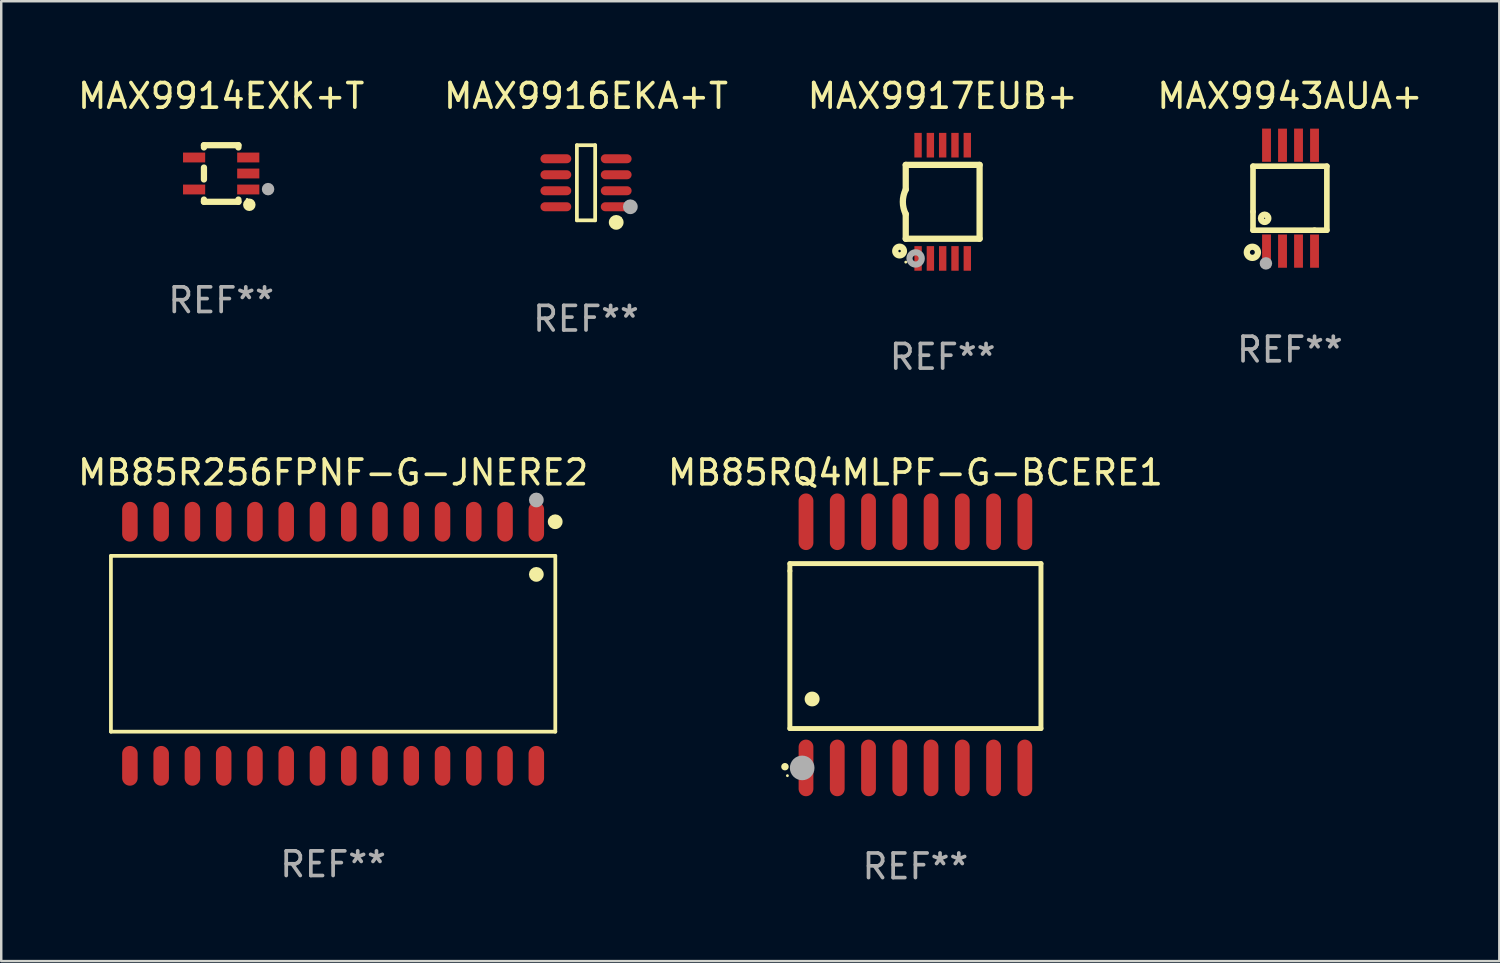
<source format=kicad_pcb>
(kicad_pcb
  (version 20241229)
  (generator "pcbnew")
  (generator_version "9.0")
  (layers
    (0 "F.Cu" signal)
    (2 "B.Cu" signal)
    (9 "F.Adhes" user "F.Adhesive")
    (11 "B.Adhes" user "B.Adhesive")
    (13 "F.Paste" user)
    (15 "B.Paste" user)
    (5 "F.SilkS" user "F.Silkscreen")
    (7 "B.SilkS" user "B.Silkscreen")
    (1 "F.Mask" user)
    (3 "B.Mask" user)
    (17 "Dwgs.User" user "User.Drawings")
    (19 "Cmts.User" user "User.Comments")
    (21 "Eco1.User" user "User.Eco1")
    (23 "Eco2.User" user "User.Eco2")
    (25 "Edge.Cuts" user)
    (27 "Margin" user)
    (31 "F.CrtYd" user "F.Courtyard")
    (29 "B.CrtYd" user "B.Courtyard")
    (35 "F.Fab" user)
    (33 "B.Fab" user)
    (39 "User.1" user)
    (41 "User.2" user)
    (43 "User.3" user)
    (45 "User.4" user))
  (footprint "MAX9914EXK+T"
    (layer "F.Cu")
    (at 5.935 3.998)
    (property "Reference" "MAX9914EXK+T" (at 0 -3.15 0) (layer "F.SilkS") (effects (font (size 1 1) (thickness 0.15))))
    (attr through_hole)
    (fp_line (start -0.7 -1.15) (end 0.7 -1.15) (stroke (width 0.254) (type solid)) (layer "F.SilkS"))
    (fp_line (start -0.7 -1.058) (end -0.7 -1.15) (stroke (width 0.254) (type solid)) (layer "F.SilkS"))
    (fp_line (start -0.7 0.242) (end -0.7 -0.242) (stroke (width 0.254) (type solid)) (layer "F.SilkS"))
    (fp_line (start -0.7 1.15) (end -0.7 1.058) (stroke (width 0.254) (type solid)) (layer "F.SilkS"))
    (fp_line (start -0.7 1.15) (end 0.7 1.15) (stroke (width 0.254) (type solid)) (layer "F.SilkS"))
    (fp_line (start 0.7 -1.058) (end 0.7 -1.15) (stroke (width 0.254) (type solid)) (layer "F.SilkS"))
    (fp_line (start 0.7 1.15) (end 0.7 1.058) (stroke (width 0.254) (type solid)) (layer "F.SilkS"))
    (fp_circle (center 1.053 1.052) (end 1.083 1.052) (stroke (width 0.06) (type solid)) (fill no) (layer "F.SilkS"))
    (fp_circle (center 1.143 1.27) (end 1.27 1.27) (stroke (width 0.254) (type solid)) (fill no) (layer "F.SilkS"))
    (fp_circle (center 1.905 0.635) (end 2.032 0.635) (stroke (width 0.254) (type solid)) (fill no) (layer "F.Fab"))
    (fp_text user "REF**" (at 0 5.15 0) (layer "F.Fab") (effects (font (size 1 1) (thickness 0.15))))
    (pad "1" smd rect (at 1.1 0.65 90) (size 0.4 0.9) (layers "F.Cu" "F.Mask" "F.Paste"))
    (pad "2" smd rect (at 1.1 0.000025 90) (size 0.4 0.9) (layers "F.Cu" "F.Mask" "F.Paste"))
    (pad "3" smd rect (at 1.1 -0.65 90) (size 0.4 0.9) (layers "F.Cu" "F.Mask" "F.Paste"))
    (pad "4" smd rect (at -1.1 -0.65 90) (size 0.4 0.9) (layers "F.Cu" "F.Mask" "F.Paste"))
    (pad "5" smd rect (at -1.1 0.65 90) (size 0.4 0.9) (layers "F.Cu" "F.Mask" "F.Paste")))
  (footprint "MB85R256FPNF-G-JNERE2"
    (layer "F.Cu")
    (at 10.482 23.102)
    (property "Reference" "MB85R256FPNF-G-JNERE2" (at 0 -6.958 0) (layer "F.SilkS") (effects (font (size 1 1) (thickness 0.15))))
    (attr through_hole)
    (fp_line (start -9.026 -3.571) (end 9.026 -3.571) (stroke (width 0.152) (type solid)) (layer "F.SilkS"))
    (fp_line (start -9.026 3.571) (end -9.026 -3.571) (stroke (width 0.152) (type solid)) (layer "F.SilkS"))
    (fp_line (start 9.026 -3.571) (end 9.026 3.571) (stroke (width 0.152) (type solid)) (layer "F.SilkS"))
    (fp_line (start 9.026 3.571) (end -9.026 3.571) (stroke (width 0.152) (type solid)) (layer "F.SilkS"))
    (fp_circle (center 8.255 -2.819) (end 8.405 -2.819) (stroke (width 0.3) (type solid)) (fill no) (layer "F.SilkS"))
    (fp_circle (center 8.95 -5.15) (end 8.98 -5.15) (stroke (width 0.06) (type solid)) (fill no) (layer "F.SilkS"))
    (fp_circle (center 9.022 -4.958) (end 9.172 -4.958) (stroke (width 0.3) (type solid)) (fill no) (layer "F.SilkS"))
    (fp_circle (center 8.255 -5.842) (end 8.405 -5.842) (stroke (width 0.3) (type solid)) (fill no) (layer "F.Fab"))
    (fp_text user "REF**" (at 0 8.958 0) (layer "F.Fab") (effects (font (size 1 1) (thickness 0.15))))
    (pad "1" smd oval (at 8.255 -4.958) (size 0.63 1.615) (layers "F.Cu" "F.Mask" "F.Paste"))
    (pad "2" smd oval (at 6.985 -4.958) (size 0.63 1.615) (layers "F.Cu" "F.Mask" "F.Paste"))
    (pad "3" smd oval (at 5.715 -4.958) (size 0.63 1.615) (layers "F.Cu" "F.Mask" "F.Paste"))
    (pad "4" smd oval (at 4.445 -4.958) (size 0.63 1.615) (layers "F.Cu" "F.Mask" "F.Paste"))
    (pad "5" smd oval (at 3.175 -4.958) (size 0.63 1.615) (layers "F.Cu" "F.Mask" "F.Paste"))
    (pad "6" smd oval (at 1.905 -4.958) (size 0.63 1.615) (layers "F.Cu" "F.Mask" "F.Paste"))
    (pad "7" smd oval (at 0.635 -4.958) (size 0.63 1.615) (layers "F.Cu" "F.Mask" "F.Paste"))
    (pad "8" smd oval (at -0.635 -4.958) (size 0.63 1.615) (layers "F.Cu" "F.Mask" "F.Paste"))
    (pad "9" smd oval (at -1.905 -4.958) (size 0.63 1.615) (layers "F.Cu" "F.Mask" "F.Paste"))
    (pad "10" smd oval (at -3.175 -4.958) (size 0.63 1.615) (layers "F.Cu" "F.Mask" "F.Paste"))
    (pad "11" smd oval (at -4.445 -4.958) (size 0.63 1.615) (layers "F.Cu" "F.Mask" "F.Paste"))
    (pad "12" smd oval (at -5.715 -4.958) (size 0.63 1.615) (layers "F.Cu" "F.Mask" "F.Paste"))
    (pad "13" smd oval (at -6.985 -4.958) (size 0.63 1.615) (layers "F.Cu" "F.Mask" "F.Paste"))
    (pad "14" smd oval (at -8.255 -4.958) (size 0.63 1.615) (layers "F.Cu" "F.Mask" "F.Paste"))
    (pad "15" smd oval (at -8.255 4.958) (size 0.63 1.615) (layers "F.Cu" "F.Mask" "F.Paste"))
    (pad "16" smd oval (at -6.985 4.958) (size 0.63 1.615) (layers "F.Cu" "F.Mask" "F.Paste"))
    (pad "17" smd oval (at -5.715 4.958) (size 0.63 1.615) (layers "F.Cu" "F.Mask" "F.Paste"))
    (pad "18" smd oval (at -4.445 4.958) (size 0.63 1.615) (layers "F.Cu" "F.Mask" "F.Paste"))
    (pad "19" smd oval (at -3.175 4.958) (size 0.63 1.615) (layers "F.Cu" "F.Mask" "F.Paste"))
    (pad "20" smd oval (at -1.905 4.958) (size 0.63 1.615) (layers "F.Cu" "F.Mask" "F.Paste"))
    (pad "21" smd oval (at -0.635 4.958) (size 0.63 1.615) (layers "F.Cu" "F.Mask" "F.Paste"))
    (pad "22" smd oval (at 0.635 4.958) (size 0.63 1.615) (layers "F.Cu" "F.Mask" "F.Paste"))
    (pad "23" smd oval (at 1.905 4.958) (size 0.63 1.615) (layers "F.Cu" "F.Mask" "F.Paste"))
    (pad "24" smd oval (at 3.175 4.958) (size 0.63 1.615) (layers "F.Cu" "F.Mask" "F.Paste"))
    (pad "25" smd oval (at 4.445 4.958) (size 0.63 1.615) (layers "F.Cu" "F.Mask" "F.Paste"))
    (pad "26" smd oval (at 5.715 4.958) (size 0.63 1.615) (layers "F.Cu" "F.Mask" "F.Paste"))
    (pad "27" smd oval (at 6.985 4.958) (size 0.63 1.615) (layers "F.Cu" "F.Mask" "F.Paste"))
    (pad "28" smd oval (at 8.255 4.958) (size 0.63 1.615) (layers "F.Cu" "F.Mask" "F.Paste")))
  (footprint "MAX9917EUB+"
    (layer "F.Cu")
    (at 35.244 5.148)
    (property "Reference" "MAX9917EUB+" (at 0 -4.3 0) (layer "F.SilkS") (effects (font (size 1 1) (thickness 0.15))))
    (attr through_hole)
    (fp_line (start -1.5 -1.5) (end -1.5 -0.5) (stroke (width 0.254) (type solid)) (layer "F.SilkS"))
    (fp_line (start -1.5 1.5) (end -1.5 0.5) (stroke (width 0.254) (type solid)) (layer "F.SilkS"))
    (fp_line (start -1.5 1.5) (end 1.5 1.5) (stroke (width 0.254) (type solid)) (layer "F.SilkS"))
    (fp_line (start 1.5 1.5) (end 1.5 -1.5) (stroke (width 0.254) (type solid)) (layer "F.SilkS"))
    (fp_line (start 1.5 -1.5) (end -1.5 -1.5) (stroke (width 0.254) (type solid)) (layer "F.SilkS"))
    (fp_arc (start -1.500165 0.5) (mid -1.618199 0) (end -1.500165 -0.5) (stroke (width 0.254001) (type solid)) (layer "F.SilkS"))
    (fp_circle (center -1.75 2) (end -1.573 2) (stroke (width 0.254) (type solid)) (fill no) (layer "F.SilkS"))
    (fp_circle (center -1.499 2.45) (end -1.469 2.45) (stroke (width 0.06) (type solid)) (fill no) (layer "F.SilkS"))
    (fp_circle (center -1.099 2.3) (end -0.975 2.3) (stroke (width 0.25) (type solid)) (fill no) (layer "F.Fab"))
    (fp_text user "REF**" (at 0 6.3 0) (layer "F.Fab") (effects (font (size 1 1) (thickness 0.15))))
    (pad "1" smd rect (at -0.999 2.3 180) (size 0.3 1) (layers "F.Cu" "F.Mask" "F.Paste"))
    (pad "2" smd rect (at -0.499 2.3 180) (size 0.3 1) (layers "F.Cu" "F.Mask" "F.Paste"))
    (pad "3" smd rect (at 0.001 2.3 180) (size 0.3 1) (layers "F.Cu" "F.Mask" "F.Paste"))
    (pad "4" smd rect (at 0.501 2.3 180) (size 0.3 1) (layers "F.Cu" "F.Mask" "F.Paste"))
    (pad "5" smd rect (at 1.001 2.3 180) (size 0.3 1) (layers "F.Cu" "F.Mask" "F.Paste"))
    (pad "6" smd rect (at 1 -2.3 180) (size 0.3 1) (layers "F.Cu" "F.Mask" "F.Paste"))
    (pad "7" smd rect (at 0.5 -2.3 180) (size 0.3 1) (layers "F.Cu" "F.Mask" "F.Paste"))
    (pad "8" smd rect (at -0.000165 -2.3 180) (size 0.3 1) (layers "F.Cu" "F.Mask" "F.Paste"))
    (pad "9" smd rect (at -0.5 -2.3 180) (size 0.3 1) (layers "F.Cu" "F.Mask" "F.Paste"))
    (pad "10" smd rect (at -1 -2.3 180) (size 0.3 1) (layers "F.Cu" "F.Mask" "F.Paste")))
  (footprint "MAX9943AUA+"
    (layer "F.Cu")
    (at 49.351 5)
    (property "Reference" "MAX9943AUA+" (at 0 -4.152 0) (layer "F.SilkS") (effects (font (size 1 1) (thickness 0.15))))
    (attr through_hole)
    (fp_line (start -1.5 1.301) (end 1 1.301) (stroke (width 0.229) (type solid)) (layer "F.SilkS"))
    (fp_line (start -1.5 -1.299) (end -1.5 0.551) (stroke (width 0.229) (type solid)) (layer "F.SilkS"))
    (fp_line (start -1.5 0.551) (end -1.5 1.301) (stroke (width 0.229) (type solid)) (layer "F.SilkS"))
    (fp_line (start 1 1.301) (end 1.5 1.301) (stroke (width 0.229) (type solid)) (layer "F.SilkS"))
    (fp_line (start 1.5 1.301) (end 1.5 -1.299) (stroke (width 0.229) (type solid)) (layer "F.SilkS"))
    (fp_line (start 1.5 -1.299) (end -1.5 -1.299) (stroke (width 0.229) (type solid)) (layer "F.SilkS"))
    (fp_circle (center -1.526 2.2) (end -1.426 2.2) (stroke (width 0.254) (type solid)) (fill no) (layer "F.SilkS"))
    (fp_circle (center -1.476 2.45) (end -1.446 2.45) (stroke (width 0.06) (type solid)) (fill no) (layer "F.SilkS"))
    (fp_circle (center -1.028 0.817) (end -0.878 0.817) (stroke (width 0.254) (type solid)) (fill no) (layer "F.SilkS"))
    (fp_circle (center -0.976 2.65) (end -0.849 2.65) (stroke (width 0.254) (type solid)) (fill no) (layer "F.Fab"))
    (fp_text user "REF**" (at 0 6.152 0) (layer "F.Fab") (effects (font (size 1 1) (thickness 0.15))))
    (pad "1" smd rect (at -0.951 2.15) (size 0.36 1.35) (layers "F.Cu" "F.Mask" "F.Paste"))
    (pad "2" smd rect (at -0.301 2.152) (size 0.36 1.35) (layers "F.Cu" "F.Mask" "F.Paste"))
    (pad "3" smd rect (at 0.349 2.151) (size 0.36 1.35) (layers "F.Cu" "F.Mask" "F.Paste"))
    (pad "4" smd rect (at 0.999 2.152) (size 0.36 1.35) (layers "F.Cu" "F.Mask" "F.Paste"))
    (pad "5" smd rect (at 0.999 -2.149) (size 0.36 1.35) (layers "F.Cu" "F.Mask" "F.Paste"))
    (pad "6" smd rect (at 0.349 -2.152) (size 0.36 1.35) (layers "F.Cu" "F.Mask" "F.Paste"))
    (pad "7" smd rect (at -0.301 -2.149) (size 0.36 1.35) (layers "F.Cu" "F.Mask" "F.Paste"))
    (pad "8" smd rect (at -0.951 -2.152) (size 0.36 1.35) (layers "F.Cu" "F.Mask" "F.Paste")))
  (footprint "MB85RQ4MLPF-G-BCERE1"
    (layer "F.Cu")
    (at 34.137 23.145)
    (property "Reference" "MB85RQ4MLPF-G-BCERE1" (at 0 -7 0) (layer "F.SilkS") (effects (font (size 1 1) (thickness 0.15))))
    (attr through_hole)
    (fp_line (start -5.1 -3.3) (end -5.1 -3) (stroke (width 0.2) (type solid)) (layer "F.SilkS"))
    (fp_line (start -5.1 -3) (end -5.1 3.4) (stroke (width 0.2) (type solid)) (layer "F.SilkS"))
    (fp_line (start -5.1 3.4) (end 5.1 3.4) (stroke (width 0.2) (type solid)) (layer "F.SilkS"))
    (fp_line (start 5.1 -3.3) (end -5.1 -3.3) (stroke (width 0.2) (type solid)) (layer "F.SilkS"))
    (fp_line (start 5.1 3.4) (end 5.1 -3.3) (stroke (width 0.2) (type solid)) (layer "F.SilkS"))
    (fp_arc (start -5.300991 4.950495) (mid -5.299721 4.95049) (end -5.298451 4.950495) (stroke (width 0.3) (type solid)) (layer "F.SilkS"))
    (fp_arc (start -4.2 2.200025) (mid -4.19619 2.200001) (end -4.19238 2.200025) (stroke (width 0.6) (type solid)) (layer "F.SilkS"))
    (fp_circle (center -5.2 5.315) (end -5.17 5.315) (stroke (width 0.06) (type solid)) (fill no) (layer "F.SilkS"))
    (fp_circle (center -4.6 5) (end -4.35 5) (stroke (width 0.5) (type solid)) (fill no) (layer "F.Fab"))
    (fp_text user "REF**" (at 0 9 0) (layer "F.Fab") (effects (font (size 1 1) (thickness 0.15))))
    (pad "1" smd oval (at -4.445 5 180) (size 0.6 2.3) (layers "F.Cu" "F.Mask" "F.Paste"))
    (pad "2" smd oval (at -3.175 5 180) (size 0.6 2.3) (layers "F.Cu" "F.Mask" "F.Paste"))
    (pad "3" smd oval (at -1.905 5 180) (size 0.6 2.3) (layers "F.Cu" "F.Mask" "F.Paste"))
    (pad "4" smd oval (at -0.635 5 180) (size 0.6 2.3) (layers "F.Cu" "F.Mask" "F.Paste"))
    (pad "5" smd oval (at 0.635 5 180) (size 0.6 2.3) (layers "F.Cu" "F.Mask" "F.Paste"))
    (pad "6" smd oval (at 1.905 5 180) (size 0.6 2.3) (layers "F.Cu" "F.Mask" "F.Paste"))
    (pad "7" smd oval (at 3.175 5 180) (size 0.6 2.3) (layers "F.Cu" "F.Mask" "F.Paste"))
    (pad "8" smd oval (at 4.445 5 180) (size 0.6 2.3) (layers "F.Cu" "F.Mask" "F.Paste"))
    (pad "9" smd oval (at 4.445 -5 180) (size 0.6 2.3) (layers "F.Cu" "F.Mask" "F.Paste"))
    (pad "10" smd oval (at 3.175 -5 180) (size 0.6 2.3) (layers "F.Cu" "F.Mask" "F.Paste"))
    (pad "11" smd oval (at 1.905 -5 180) (size 0.6 2.3) (layers "F.Cu" "F.Mask" "F.Paste"))
    (pad "12" smd oval (at 0.635 -5 180) (size 0.6 2.3) (layers "F.Cu" "F.Mask" "F.Paste"))
    (pad "13" smd oval (at -0.635 -5 180) (size 0.6 2.3) (layers "F.Cu" "F.Mask" "F.Paste"))
    (pad "14" smd oval (at -1.905 -5 180) (size 0.6 2.3) (layers "F.Cu" "F.Mask" "F.Paste"))
    (pad "15" smd oval (at -3.175 -5 180) (size 0.6 2.3) (layers "F.Cu" "F.Mask" "F.Paste"))
    (pad "16" smd oval (at -4.445 -5 180) (size 0.6 2.3) (layers "F.Cu" "F.Mask" "F.Paste")))
  (footprint "MAX9916EKA+T"
    (layer "F.Cu")
    (at 20.756 4.374)
    (property "Reference" "MAX9916EKA+T" (at 0 -3.526 0) (layer "F.SilkS") (effects (font (size 1 1) (thickness 0.15))))
    (attr through_hole)
    (fp_line (start -0.371 -1.526) (end 0.371 -1.526) (stroke (width 0.152) (type solid)) (layer "F.SilkS"))
    (fp_line (start -0.371 1.526) (end -0.371 -1.526) (stroke (width 0.152) (type solid)) (layer "F.SilkS"))
    (fp_line (start 0.371 -1.526) (end 0.371 1.526) (stroke (width 0.152) (type solid)) (layer "F.SilkS"))
    (fp_line (start 0.371 1.526) (end -0.371 1.526) (stroke (width 0.152) (type solid)) (layer "F.SilkS"))
    (fp_circle (center 1.226 1.609) (end 1.376 1.609) (stroke (width 0.3) (type solid)) (fill no) (layer "F.SilkS"))
    (fp_circle (center 1.4 1.45) (end 1.43 1.45) (stroke (width 0.06) (type solid)) (fill no) (layer "F.SilkS"))
    (fp_circle (center 1.8 0.975) (end 1.95 0.975) (stroke (width 0.3) (type solid)) (fill no) (layer "F.Fab"))
    (fp_text user "REF**" (at 0 5.526 0) (layer "F.Fab") (effects (font (size 1 1) (thickness 0.15))))
    (pad "1" smd oval (at 1.226 0.975) (size 1.252 0.364) (layers "F.Cu" "F.Mask" "F.Paste"))
    (pad "2" smd oval (at 1.226 0.325) (size 1.252 0.364) (layers "F.Cu" "F.Mask" "F.Paste"))
    (pad "3" smd oval (at 1.226 -0.325) (size 1.252 0.364) (layers "F.Cu" "F.Mask" "F.Paste"))
    (pad "4" smd oval (at 1.226 -0.975) (size 1.252 0.364) (layers "F.Cu" "F.Mask" "F.Paste"))
    (pad "5" smd oval (at -1.226 -0.975) (size 1.252 0.364) (layers "F.Cu" "F.Mask" "F.Paste"))
    (pad "6" smd oval (at -1.226 -0.325) (size 1.252 0.364) (layers "F.Cu" "F.Mask" "F.Paste"))
    (pad "7" smd oval (at -1.226 0.325) (size 1.252 0.364) (layers "F.Cu" "F.Mask" "F.Paste"))
    (pad "8" smd oval (at -1.226 0.975) (size 1.252 0.364) (layers "F.Cu" "F.Mask" "F.Paste")))
  (gr_rect
    (start -3 -3)
    (end 57.857 35.993)
    (stroke (width 0.1) (type default))
    (fill no)
    (layer "Edge.Cuts")))
</source>
